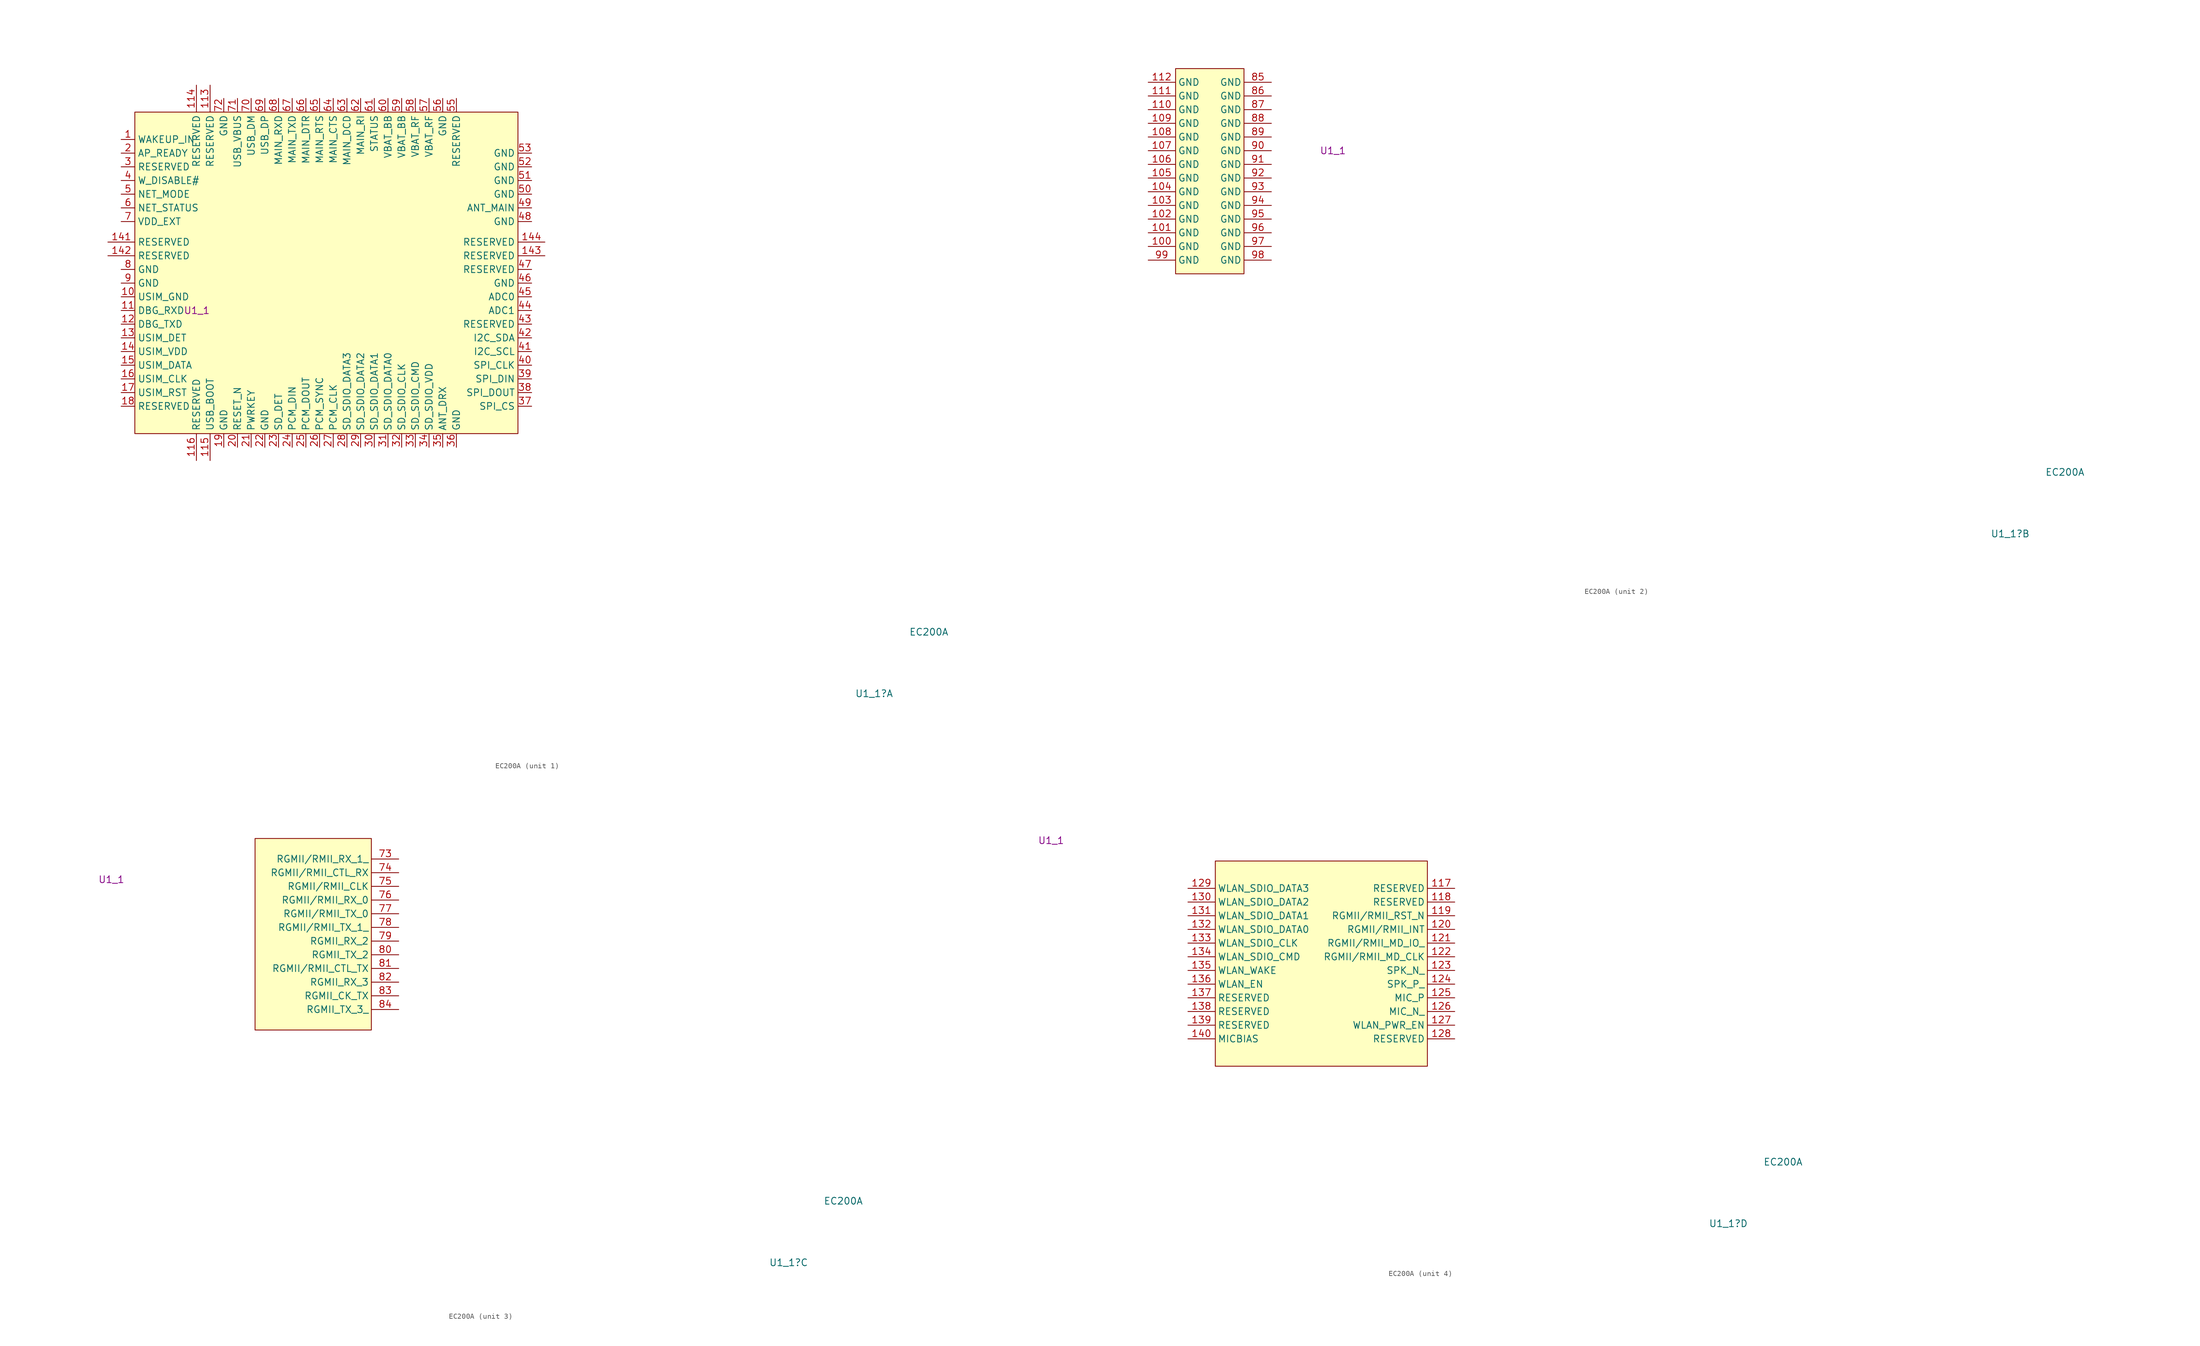
<source format=kicad_sym>
(kicad_symbol_lib
  (version 20220914)
  (generator kicad_symbol_editor)
  (symbol "EC200A"
    (property "Reference" "U1_1"
      (at -27.94 -6.35 0)
      (effects (font (size 1.27 1.27))))
    (property "Value" "EC200A"
      (at -17.78 5.08 0)
      (effects (font (size 1.27 1.27))))
    (property "单元1" "U1_1"
      (at -153.67 64.77 0)
      (effects (font (size 1.27 1.27))))
    (symbol "EC200A_1_1"
      (rectangle (start -165.18 101.6) (end -94.06 41.91) (stroke (width 0) (type default)) (fill (type background)))
      (pin input line (at -167.72 96.52 0) (length 2.54) (name "WAKEUP_IN" (effects (font (size 1.27 1.27)))) (number "1" (effects (font (size 1.27 1.27)))))
      (pin free line (at -167.72 67.31 0) (length 2.54) (name "USIM_GND" (effects (font (size 1.27 1.27)))) (number "10" (effects (font (size 1.27 1.27)))))
      (pin input line (at -167.72 64.77 0) (length 2.54) (name "DBG_RXD" (effects (font (size 1.27 1.27)))) (number "11" (effects (font (size 1.27 1.27)))))
      (pin unspecified line (at -151.21 106.6 270) (length 5) (name "RESERVED" (effects (font (size 1.27 1.27)))) (number "113" (effects (font (size 1.27 1.27)))))
      (pin unspecified line (at -153.75 106.6 270) (length 5) (name "RESERVED" (effects (font (size 1.27 1.27)))) (number "114" (effects (font (size 1.27 1.27)))))
      (pin input line (at -151.21 36.91 90) (length 5) (name "USB_BOOT" (effects (font (size 1.27 1.27)))) (number "115" (effects (font (size 1.27 1.27)))))
      (pin unspecified line (at -153.75 36.91 90) (length 5) (name "RESERVED" (effects (font (size 1.27 1.27)))) (number "116" (effects (font (size 1.27 1.27)))))
      (pin output line (at -167.72 62.23 0) (length 2.54) (name "DBG_TXD" (effects (font (size 1.27 1.27)))) (number "12" (effects (font (size 1.27 1.27)))))
      (pin input line (at -167.72 59.69 0) (length 2.54) (name "USIM_DET" (effects (font (size 1.27 1.27)))) (number "13" (effects (font (size 1.27 1.27)))))
      (pin power_out line (at -167.72 57.15 0) (length 2.54) (name "USIM_VDD" (effects (font (size 1.27 1.27)))) (number "14" (effects (font (size 1.27 1.27)))))
      (pin unspecified line (at -170.18 77.47 0) (length 5) (name "RESERVED" (effects (font (size 1.27 1.27)))) (number "141" (effects (font (size 1.27 1.27)))))
      (pin unspecified line (at -170.18 74.93 0) (length 5) (name "RESERVED" (effects (font (size 1.27 1.27)))) (number "142" (effects (font (size 1.27 1.27)))))
      (pin unspecified line (at -89.06 74.93 180) (length 5) (name "RESERVED" (effects (font (size 1.27 1.27)))) (number "143" (effects (font (size 1.27 1.27)))))
      (pin unspecified line (at -89.06 77.47 180) (length 5) (name "RESERVED" (effects (font (size 1.27 1.27)))) (number "144" (effects (font (size 1.27 1.27)))))
      (pin bidirectional line (at -167.72 54.61 0) (length 2.54) (name "USIM_DATA" (effects (font (size 1.27 1.27)))) (number "15" (effects (font (size 1.27 1.27)))))
      (pin output line (at -167.72 52.07 0) (length 2.54) (name "USIM_CLK" (effects (font (size 1.27 1.27)))) (number "16" (effects (font (size 1.27 1.27)))))
      (pin output line (at -167.72 49.53 0) (length 2.54) (name "USIM_RST" (effects (font (size 1.27 1.27)))) (number "17" (effects (font (size 1.27 1.27)))))
      (pin unspecified line (at -167.72 46.99 0) (length 2.54) (name "RESERVED" (effects (font (size 1.27 1.27)))) (number "18" (effects (font (size 1.27 1.27)))))
      (pin free line (at -148.67 39.37 90) (length 2.54) (name "GND" (effects (font (size 1.27 1.27)))) (number "19" (effects (font (size 1.27 1.27)))))
      (pin input line (at -167.72 93.98 0) (length 2.54) (name "AP_READY" (effects (font (size 1.27 1.27)))) (number "2" (effects (font (size 1.27 1.27)))))
      (pin input line (at -146.13 39.37 90) (length 2.54) (name "RESET_N" (effects (font (size 1.27 1.27)))) (number "20" (effects (font (size 1.27 1.27)))))
      (pin input line (at -143.59 39.37 90) (length 2.54) (name "PWRKEY" (effects (font (size 1.27 1.27)))) (number "21" (effects (font (size 1.27 1.27)))))
      (pin free line (at -141.05 39.37 90) (length 2.54) (name "GND" (effects (font (size 1.27 1.27)))) (number "22" (effects (font (size 1.27 1.27)))))
      (pin input line (at -138.51 39.37 90) (length 2.54) (name "SD_DET" (effects (font (size 1.27 1.27)))) (number "23" (effects (font (size 1.27 1.27)))))
      (pin input line (at -135.97 39.37 90) (length 2.54) (name "PCM_DIN" (effects (font (size 1.27 1.27)))) (number "24" (effects (font (size 1.27 1.27)))))
      (pin output line (at -133.43 39.37 90) (length 2.54) (name "PCM_DOUT" (effects (font (size 1.27 1.27)))) (number "25" (effects (font (size 1.27 1.27)))))
      (pin bidirectional line (at -130.89 39.37 90) (length 2.54) (name "PCM_SYNC" (effects (font (size 1.27 1.27)))) (number "26" (effects (font (size 1.27 1.27)))))
      (pin bidirectional line (at -128.35 39.37 90) (length 2.54) (name "PCM_CLK" (effects (font (size 1.27 1.27)))) (number "27" (effects (font (size 1.27 1.27)))))
      (pin bidirectional line (at -125.81 39.37 90) (length 2.54) (name "SD_SDIO_DATA3" (effects (font (size 1.27 1.27)))) (number "28" (effects (font (size 1.27 1.27)))))
      (pin bidirectional line (at -123.27 39.37 90) (length 2.54) (name "SD_SDIO_DATA2" (effects (font (size 1.27 1.27)))) (number "29" (effects (font (size 1.27 1.27)))))
      (pin free line (at -167.72 91.44 0) (length 2.54) (name "RESERVED" (effects (font (size 1.27 1.27)))) (number "3" (effects (font (size 1.27 1.27)))))
      (pin bidirectional line (at -120.73 39.37 90) (length 2.54) (name "SD_SDIO_DATA1" (effects (font (size 1.27 1.27)))) (number "30" (effects (font (size 1.27 1.27)))))
      (pin bidirectional line (at -118.19 39.37 90) (length 2.54) (name "SD_SDIO_DATA0" (effects (font (size 1.27 1.27)))) (number "31" (effects (font (size 1.27 1.27)))))
      (pin output line (at -115.65 39.37 90) (length 2.54) (name "SD_SDIO_CLK" (effects (font (size 1.27 1.27)))) (number "32" (effects (font (size 1.27 1.27)))))
      (pin bidirectional line (at -113.11 39.37 90) (length 2.54) (name "SD_SDIO_CMD" (effects (font (size 1.27 1.27)))) (number "33" (effects (font (size 1.27 1.27)))))
      (pin power_out line (at -110.57 39.37 90) (length 2.54) (name "SD_SDIO_VDD" (effects (font (size 1.27 1.27)))) (number "34" (effects (font (size 1.27 1.27)))))
      (pin input line (at -108.03 39.37 90) (length 2.54) (name "ANT_DRX" (effects (font (size 1.27 1.27)))) (number "35" (effects (font (size 1.27 1.27)))))
      (pin free line (at -105.49 39.37 90) (length 2.54) (name "GND" (effects (font (size 1.27 1.27)))) (number "36" (effects (font (size 1.27 1.27)))))
      (pin output line (at -91.52 46.99 180) (length 2.54) (name "SPI_CS" (effects (font (size 1.27 1.27)))) (number "37" (effects (font (size 1.27 1.27)))))
      (pin output line (at -91.52 49.53 180) (length 2.54) (name "SPI_DOUT" (effects (font (size 1.27 1.27)))) (number "38" (effects (font (size 1.27 1.27)))))
      (pin input line (at -91.52 52.07 180) (length 2.54) (name "SPI_DIN" (effects (font (size 1.27 1.27)))) (number "39" (effects (font (size 1.27 1.27)))))
      (pin input line (at -167.72 88.9 0) (length 2.54) (name "W_DISABLE#" (effects (font (size 1.27 1.27)))) (number "4" (effects (font (size 1.27 1.27)))))
      (pin output line (at -91.52 54.61 180) (length 2.54) (name "SPI_CLK" (effects (font (size 1.27 1.27)))) (number "40" (effects (font (size 1.27 1.27)))))
      (pin open_emitter line (at -91.52 57.15 180) (length 2.54) (name "I2C_SCL" (effects (font (size 1.27 1.27)))) (number "41" (effects (font (size 1.27 1.27)))))
      (pin open_emitter line (at -91.52 59.69 180) (length 2.54) (name "I2C_SDA" (effects (font (size 1.27 1.27)))) (number "42" (effects (font (size 1.27 1.27)))))
      (pin unspecified line (at -91.52 62.23 180) (length 2.54) (name "RESERVED" (effects (font (size 1.27 1.27)))) (number "43" (effects (font (size 1.27 1.27)))))
      (pin input line (at -91.52 64.77 180) (length 2.54) (name "ADC1" (effects (font (size 1.27 1.27)))) (number "44" (effects (font (size 1.27 1.27)))))
      (pin input line (at -91.52 67.31 180) (length 2.54) (name "ADC0" (effects (font (size 1.27 1.27)))) (number "45" (effects (font (size 1.27 1.27)))))
      (pin free line (at -91.52 69.85 180) (length 2.54) (name "GND" (effects (font (size 1.27 1.27)))) (number "46" (effects (font (size 1.27 1.27)))))
      (pin unspecified line (at -91.52 72.39 180) (length 2.54) (name "RESERVED" (effects (font (size 1.27 1.27)))) (number "47" (effects (font (size 1.27 1.27)))))
      (pin free line (at -91.52 81.28 180) (length 2.54) (name "GND" (effects (font (size 1.27 1.27)))) (number "48" (effects (font (size 1.27 1.27)))))
      (pin bidirectional line (at -91.52 83.82 180) (length 2.54) (name "ANT_MAIN" (effects (font (size 1.27 1.27)))) (number "49" (effects (font (size 1.27 1.27)))))
      (pin output line (at -167.72 86.36 0) (length 2.54) (name "NET_MODE" (effects (font (size 1.27 1.27)))) (number "5" (effects (font (size 1.27 1.27)))))
      (pin free line (at -91.52 86.36 180) (length 2.54) (name "GND" (effects (font (size 1.27 1.27)))) (number "50" (effects (font (size 1.27 1.27)))))
      (pin free line (at -91.52 88.9 180) (length 2.54) (name "GND" (effects (font (size 1.27 1.27)))) (number "51" (effects (font (size 1.27 1.27)))))
      (pin free line (at -91.52 91.44 180) (length 2.54) (name "GND" (effects (font (size 1.27 1.27)))) (number "52" (effects (font (size 1.27 1.27)))))
      (pin free line (at -91.52 93.98 180) (length 2.54) (name "GND" (effects (font (size 1.27 1.27)))) (number "53" (effects (font (size 1.27 1.27)))))
      (pin unspecified line (at -105.49 104.14 270) (length 2.54) (name "RESERVED" (effects (font (size 1.27 1.27)))) (number "55" (effects (font (size 1.27 1.27)))))
      (pin free line (at -108.03 104.14 270) (length 2.54) (name "GND" (effects (font (size 1.27 1.27)))) (number "56" (effects (font (size 1.27 1.27)))))
      (pin power_in line (at -110.57 104.14 270) (length 2.54) (name "VBAT_RF" (effects (font (size 1.27 1.27)))) (number "57" (effects (font (size 1.27 1.27)))))
      (pin power_in line (at -113.11 104.14 270) (length 2.54) (name "VBAT_RF" (effects (font (size 1.27 1.27)))) (number "58" (effects (font (size 1.27 1.27)))))
      (pin power_in line (at -115.65 104.14 270) (length 2.54) (name "VBAT_BB" (effects (font (size 1.27 1.27)))) (number "59" (effects (font (size 1.27 1.27)))))
      (pin output line (at -167.72 83.82 0) (length 2.54) (name "NET_STATUS" (effects (font (size 1.27 1.27)))) (number "6" (effects (font (size 1.27 1.27)))))
      (pin power_in line (at -118.19 104.14 270) (length 2.54) (name "VBAT_BB" (effects (font (size 1.27 1.27)))) (number "60" (effects (font (size 1.27 1.27)))))
      (pin open_emitter line (at -120.73 104.14 270) (length 2.54) (name "STATUS" (effects (font (size 1.27 1.27)))) (number "61" (effects (font (size 1.27 1.27)))))
      (pin output line (at -123.27 104.14 270) (length 2.54) (name "MAIN_RI" (effects (font (size 1.27 1.27)))) (number "62" (effects (font (size 1.27 1.27)))))
      (pin output line (at -125.81 104.14 270) (length 2.54) (name "MAIN_DCD" (effects (font (size 1.27 1.27)))) (number "63" (effects (font (size 1.27 1.27)))))
      (pin output line (at -128.35 104.14 270) (length 2.54) (name "MAIN_CTS" (effects (font (size 1.27 1.27)))) (number "64" (effects (font (size 1.27 1.27)))))
      (pin input line (at -130.89 104.14 270) (length 2.54) (name "MAIN_RTS" (effects (font (size 1.27 1.27)))) (number "65" (effects (font (size 1.27 1.27)))))
      (pin input line (at -133.43 104.14 270) (length 2.54) (name "MAIN_DTR" (effects (font (size 1.27 1.27)))) (number "66" (effects (font (size 1.27 1.27)))))
      (pin output line (at -135.97 104.14 270) (length 2.54) (name "MAIN_TXD" (effects (font (size 1.27 1.27)))) (number "67" (effects (font (size 1.27 1.27)))))
      (pin input line (at -138.51 104.14 270) (length 2.54) (name "MAIN_RXD" (effects (font (size 1.27 1.27)))) (number "68" (effects (font (size 1.27 1.27)))))
      (pin bidirectional line (at -141.05 104.14 270) (length 2.54) (name "USB_DP" (effects (font (size 1.27 1.27)))) (number "69" (effects (font (size 1.27 1.27)))))
      (pin power_out line (at -167.72 81.28 0) (length 2.54) (name "VDD_EXT" (effects (font (size 1.27 1.27)))) (number "7" (effects (font (size 1.27 1.27)))))
      (pin bidirectional line (at -143.59 104.14 270) (length 2.54) (name "USB_DM" (effects (font (size 1.27 1.27)))) (number "70" (effects (font (size 1.27 1.27)))))
      (pin input line (at -146.13 104.14 270) (length 2.54) (name "USB_VBUS" (effects (font (size 1.27 1.27)))) (number "71" (effects (font (size 1.27 1.27)))))
      (pin free line (at -148.67 104.14 270) (length 2.54) (name "GND" (effects (font (size 1.27 1.27)))) (number "72" (effects (font (size 1.27 1.27)))))
      (pin free line (at -167.72 72.39 0) (length 2.54) (name "GND" (effects (font (size 1.27 1.27)))) (number "8" (effects (font (size 1.27 1.27)))))
      (pin free line (at -167.72 69.85 0) (length 2.54) (name "GND" (effects (font (size 1.27 1.27)))) (number "9" (effects (font (size 1.27 1.27))))))
    (symbol "EC200A_2_1"
      (rectangle (start -182.88 80.01) (end -170.18 41.91) (stroke (width 0) (type default)) (fill (type background)))
      (pin free line (at -187.96 46.99 0) (length 5) (name "GND" (effects (font (size 1.27 1.27)))) (number "100" (effects (font (size 1.27 1.27)))))
      (pin free line (at -187.96 49.53 0) (length 5) (name "GND" (effects (font (size 1.27 1.27)))) (number "101" (effects (font (size 1.27 1.27)))))
      (pin free line (at -187.96 52.07 0) (length 5) (name "GND" (effects (font (size 1.27 1.27)))) (number "102" (effects (font (size 1.27 1.27)))))
      (pin free line (at -187.96 54.61 0) (length 5) (name "GND" (effects (font (size 1.27 1.27)))) (number "103" (effects (font (size 1.27 1.27)))))
      (pin free line (at -187.96 57.15 0) (length 5) (name "GND" (effects (font (size 1.27 1.27)))) (number "104" (effects (font (size 1.27 1.27)))))
      (pin free line (at -187.96 59.69 0) (length 5) (name "GND" (effects (font (size 1.27 1.27)))) (number "105" (effects (font (size 1.27 1.27)))))
      (pin free line (at -187.96 62.23 0) (length 5) (name "GND" (effects (font (size 1.27 1.27)))) (number "106" (effects (font (size 1.27 1.27)))))
      (pin free line (at -187.96 64.77 0) (length 5) (name "GND" (effects (font (size 1.27 1.27)))) (number "107" (effects (font (size 1.27 1.27)))))
      (pin free line (at -187.96 67.31 0) (length 5) (name "GND" (effects (font (size 1.27 1.27)))) (number "108" (effects (font (size 1.27 1.27)))))
      (pin free line (at -187.96 69.85 0) (length 5) (name "GND" (effects (font (size 1.27 1.27)))) (number "109" (effects (font (size 1.27 1.27)))))
      (pin free line (at -187.96 72.39 0) (length 5) (name "GND" (effects (font (size 1.27 1.27)))) (number "110" (effects (font (size 1.27 1.27)))))
      (pin free line (at -187.96 74.93 0) (length 5) (name "GND" (effects (font (size 1.27 1.27)))) (number "111" (effects (font (size 1.27 1.27)))))
      (pin free line (at -187.96 77.47 0) (length 5) (name "GND" (effects (font (size 1.27 1.27)))) (number "112" (effects (font (size 1.27 1.27)))))
      (pin free line (at -165.1 77.47 180) (length 5) (name "GND" (effects (font (size 1.27 1.27)))) (number "85" (effects (font (size 1.27 1.27)))))
      (pin free line (at -165.1 74.93 180) (length 5) (name "GND" (effects (font (size 1.27 1.27)))) (number "86" (effects (font (size 1.27 1.27)))))
      (pin free line (at -165.1 72.39 180) (length 5) (name "GND" (effects (font (size 1.27 1.27)))) (number "87" (effects (font (size 1.27 1.27)))))
      (pin free line (at -165.1 69.85 180) (length 5) (name "GND" (effects (font (size 1.27 1.27)))) (number "88" (effects (font (size 1.27 1.27)))))
      (pin free line (at -165.1 67.31 180) (length 5) (name "GND" (effects (font (size 1.27 1.27)))) (number "89" (effects (font (size 1.27 1.27)))))
      (pin free line (at -165.1 64.77 180) (length 5) (name "GND" (effects (font (size 1.27 1.27)))) (number "90" (effects (font (size 1.27 1.27)))))
      (pin free line (at -165.1 62.23 180) (length 5) (name "GND" (effects (font (size 1.27 1.27)))) (number "91" (effects (font (size 1.27 1.27)))))
      (pin free line (at -165.1 59.69 180) (length 5) (name "GND" (effects (font (size 1.27 1.27)))) (number "92" (effects (font (size 1.27 1.27)))))
      (pin free line (at -165.1 57.15 180) (length 5) (name "GND" (effects (font (size 1.27 1.27)))) (number "93" (effects (font (size 1.27 1.27)))))
      (pin free line (at -165.1 54.61 180) (length 5) (name "GND" (effects (font (size 1.27 1.27)))) (number "94" (effects (font (size 1.27 1.27)))))
      (pin free line (at -165.1 52.07 180) (length 5) (name "GND" (effects (font (size 1.27 1.27)))) (number "95" (effects (font (size 1.27 1.27)))))
      (pin free line (at -165.1 49.53 180) (length 5) (name "GND" (effects (font (size 1.27 1.27)))) (number "96" (effects (font (size 1.27 1.27)))))
      (pin free line (at -165.1 46.99 180) (length 5) (name "GND" (effects (font (size 1.27 1.27)))) (number "97" (effects (font (size 1.27 1.27)))))
      (pin free line (at -165.1 44.45 180) (length 5) (name "GND" (effects (font (size 1.27 1.27)))) (number "98" (effects (font (size 1.27 1.27)))))
      (pin free line (at -187.96 44.45 0) (length 5) (name "GND" (effects (font (size 1.27 1.27)))) (number "99" (effects (font (size 1.27 1.27))))))
    (symbol "EC200A_3_1"
      (rectangle (start -127 72.39) (end -105.41 36.83) (stroke (width 0) (type default)) (fill (type background)))
      (pin input line (at -100.33 68.58 180) (length 5) (name "RGMII/RMII_RX_1_" (effects (font (size 1.27 1.27)))) (number "73" (effects (font (size 1.27 1.27)))))
      (pin input line (at -100.33 66.04 180) (length 5) (name "RGMII/RMII_CTL_RX" (effects (font (size 1.27 1.27)))) (number "74" (effects (font (size 1.27 1.27)))))
      (pin input line (at -100.33 63.5 180) (length 5) (name "RGMII/RMII_CLK" (effects (font (size 1.27 1.27)))) (number "75" (effects (font (size 1.27 1.27)))))
      (pin input line (at -100.33 60.96 180) (length 5) (name "RGMII/RMII_RX_0" (effects (font (size 1.27 1.27)))) (number "76" (effects (font (size 1.27 1.27)))))
      (pin output line (at -100.33 58.42 180) (length 5) (name "RGMII/RMII_TX_0" (effects (font (size 1.27 1.27)))) (number "77" (effects (font (size 1.27 1.27)))))
      (pin output line (at -100.33 55.88 180) (length 5) (name "RGMII/RMII_TX_1_" (effects (font (size 1.27 1.27)))) (number "78" (effects (font (size 1.27 1.27)))))
      (pin input line (at -100.33 53.34 180) (length 5) (name "RGMII_RX_2" (effects (font (size 1.27 1.27)))) (number "79" (effects (font (size 1.27 1.27)))))
      (pin output line (at -100.33 50.8 180) (length 5) (name "RGMII_TX_2" (effects (font (size 1.27 1.27)))) (number "80" (effects (font (size 1.27 1.27)))))
      (pin output line (at -100.33 48.26 180) (length 5) (name "RGMII/RMII_CTL_TX" (effects (font (size 1.27 1.27)))) (number "81" (effects (font (size 1.27 1.27)))))
      (pin input line (at -100.33 45.72 180) (length 5) (name "RGMII_RX_3" (effects (font (size 1.27 1.27)))) (number "82" (effects (font (size 1.27 1.27)))))
      (pin output line (at -100.33 43.18 180) (length 5) (name "RGMII_CK_TX" (effects (font (size 1.27 1.27)))) (number "83" (effects (font (size 1.27 1.27)))))
      (pin output line (at -100.33 40.64 180) (length 5) (name "RGMII_TX_3_" (effects (font (size 1.27 1.27)))) (number "84" (effects (font (size 1.27 1.27))))))
    (symbol "EC200A_4_1"
      (rectangle (start -123.19 60.96) (end -83.82 22.86) (stroke (width 0) (type default)) (fill (type background)))
      (pin unspecified line (at -78.74 55.88 180) (length 5) (name "RESERVED" (effects (font (size 1.27 1.27)))) (number "117" (effects (font (size 1.27 1.27)))))
      (pin unspecified line (at -78.74 53.34 180) (length 5) (name "RESERVED" (effects (font (size 1.27 1.27)))) (number "118" (effects (font (size 1.27 1.27)))))
      (pin output line (at -78.74 50.8 180) (length 5) (name "RGMII/RMII_RST_N" (effects (font (size 1.27 1.27)))) (number "119" (effects (font (size 1.27 1.27)))))
      (pin input line (at -78.74 48.26 180) (length 5) (name "RGMII/RMII_INT" (effects (font (size 1.27 1.27)))) (number "120" (effects (font (size 1.27 1.27)))))
      (pin bidirectional line (at -78.74 45.72 180) (length 5) (name "RGMII/RMII_MD_IO_" (effects (font (size 1.27 1.27)))) (number "121" (effects (font (size 1.27 1.27)))))
      (pin output line (at -78.74 43.18 180) (length 5) (name "RGMII/RMII_MD_CLK" (effects (font (size 1.27 1.27)))) (number "122" (effects (font (size 1.27 1.27)))))
      (pin output line (at -78.74 40.64 180) (length 5) (name "SPK_N_" (effects (font (size 1.27 1.27)))) (number "123" (effects (font (size 1.27 1.27)))))
      (pin output line (at -78.74 38.1 180) (length 5) (name "SPK_P_" (effects (font (size 1.27 1.27)))) (number "124" (effects (font (size 1.27 1.27)))))
      (pin input line (at -78.74 35.56 180) (length 5) (name "MIC_P" (effects (font (size 1.27 1.27)))) (number "125" (effects (font (size 1.27 1.27)))))
      (pin input line (at -78.74 33.02 180) (length 5) (name "MIC_N_" (effects (font (size 1.27 1.27)))) (number "126" (effects (font (size 1.27 1.27)))))
      (pin output line (at -78.74 30.48 180) (length 5) (name "WLAN_PWR_EN" (effects (font (size 1.27 1.27)))) (number "127" (effects (font (size 1.27 1.27)))))
      (pin unspecified line (at -78.74 27.94 180) (length 5) (name "RESERVED" (effects (font (size 1.27 1.27)))) (number "128" (effects (font (size 1.27 1.27)))))
      (pin bidirectional line (at -128.27 55.88 0) (length 5) (name "WLAN_SDIO_DATA3" (effects (font (size 1.27 1.27)))) (number "129" (effects (font (size 1.27 1.27)))))
      (pin bidirectional line (at -128.27 53.34 0) (length 5) (name "WLAN_SDIO_DATA2" (effects (font (size 1.27 1.27)))) (number "130" (effects (font (size 1.27 1.27)))))
      (pin bidirectional line (at -128.27 50.8 0) (length 5) (name "WLAN_SDIO_DATA1" (effects (font (size 1.27 1.27)))) (number "131" (effects (font (size 1.27 1.27)))))
      (pin bidirectional line (at -128.27 48.26 0) (length 5) (name "WLAN_SDIO_DATA0" (effects (font (size 1.27 1.27)))) (number "132" (effects (font (size 1.27 1.27)))))
      (pin output line (at -128.27 45.72 0) (length 5) (name "WLAN_SDIO_CLK" (effects (font (size 1.27 1.27)))) (number "133" (effects (font (size 1.27 1.27)))))
      (pin bidirectional line (at -128.27 43.18 0) (length 5) (name "WLAN_SDIO_CMD" (effects (font (size 1.27 1.27)))) (number "134" (effects (font (size 1.27 1.27)))))
      (pin input line (at -128.27 40.64 0) (length 5) (name "WLAN_WAKE" (effects (font (size 1.27 1.27)))) (number "135" (effects (font (size 1.27 1.27)))))
      (pin output line (at -128.27 38.1 0) (length 5) (name "WLAN_EN" (effects (font (size 1.27 1.27)))) (number "136" (effects (font (size 1.27 1.27)))))
      (pin unspecified line (at -128.27 35.56 0) (length 5) (name "RESERVED" (effects (font (size 1.27 1.27)))) (number "137" (effects (font (size 1.27 1.27)))))
      (pin unspecified line (at -128.27 33.02 0) (length 5) (name "RESERVED" (effects (font (size 1.27 1.27)))) (number "138" (effects (font (size 1.27 1.27)))))
      (pin unspecified line (at -128.27 30.48 0) (length 5) (name "RESERVED" (effects (font (size 1.27 1.27)))) (number "139" (effects (font (size 1.27 1.27)))))
      (pin power_out line (at -128.27 27.94 0) (length 5) (name "MICBIAS" (effects (font (size 1.27 1.27)))) (number "140" (effects (font (size 1.27 1.27))))))))
</source>
